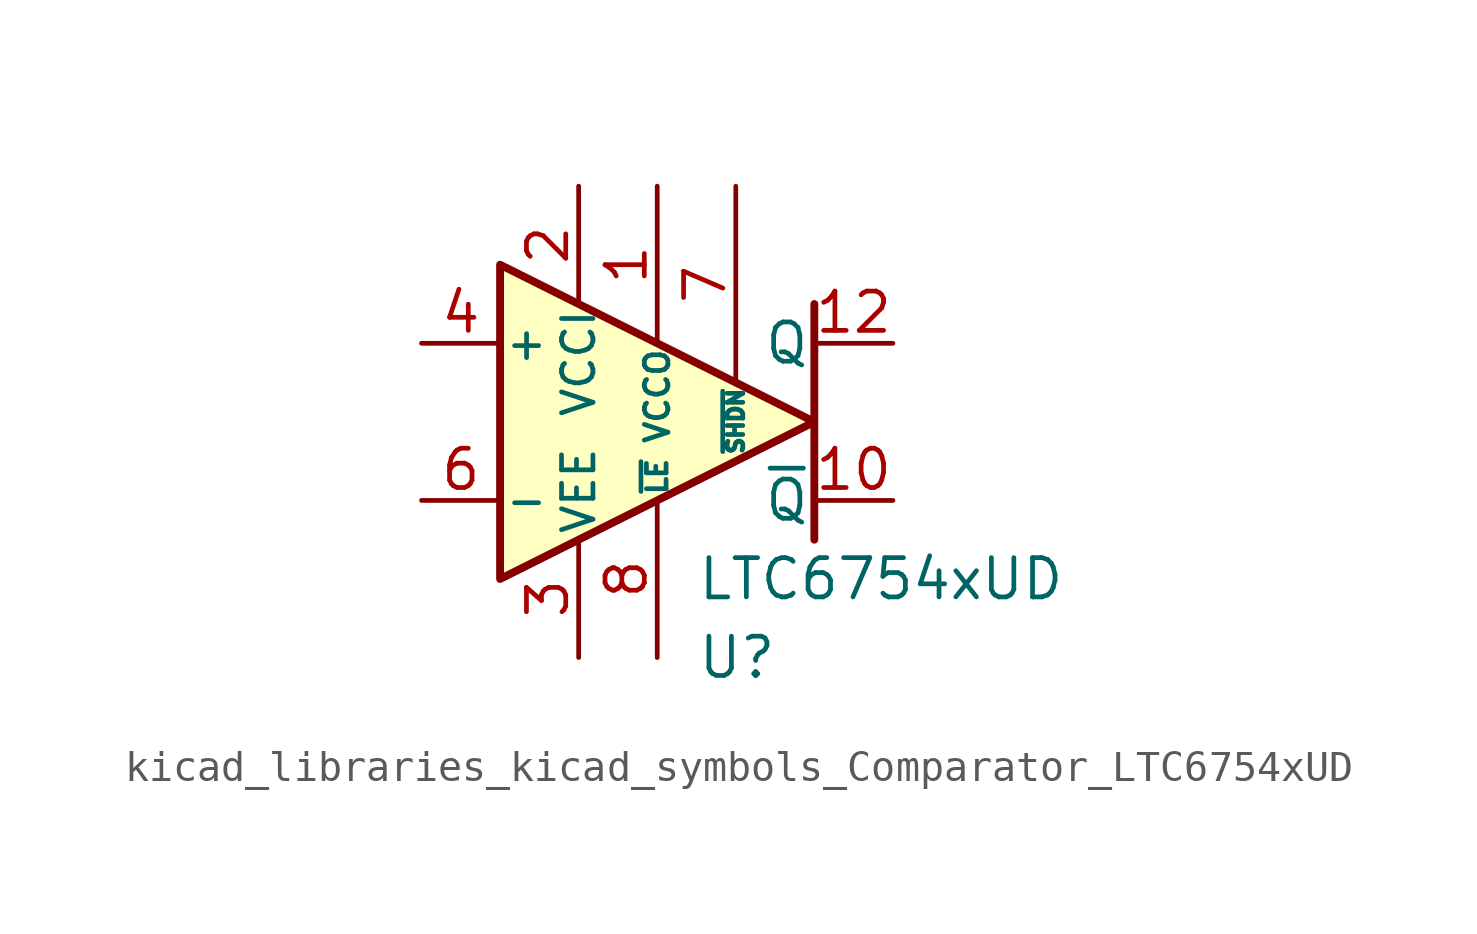
<source format=kicad_sym>
(kicad_symbol_lib
  (version 20220914)
  (generator kicad_symbol_editor)
  (symbol "kicad_libraries_kicad_symbols_Comparator_LTC6754xUD"
    (pin_names
      (offset 0.127))
    (property "Reference" "U"
      (at 1.27 -7.62 0)
      (effects (font (size 1.27 1.27)) (justify left)))
    (property "Value" "LTC6754xUD"
      (at 1.27 -5.08 0)
      (effects (font (size 1.27 1.27)) (justify left)))
    (symbol "kicad_libraries_kicad_symbols_Comparator_LTC6754xUD_0_1"
      (polyline (pts (xy 5.08 3.81) (xy 5.08 0) (xy -5.08 5.08) (xy -5.08 -5.08) (xy 5.08 0) (xy 5.08 -3.81)) (stroke (width 0.254) (type default)) (fill (type background))))
    (symbol "kicad_libraries_kicad_symbols_Comparator_LTC6754xUD_1_1"
      (pin power_in line (at 0 7.62 270) (length 5.08) (name "VCCO" (effects (font (size 0.762 0.762)))) (number "1" (effects (font (size 1.27 1.27)))))
      (pin output line (at 7.62 -2.54 180) (length 2.54) (name "~{Q}" (effects (font (size 1.27 1.27)))) (number "10" (effects (font (size 1.27 1.27)))))
      (pin no_connect line (at 5.08 0 180) (length 2.54) hide (name "NC" (effects (font (size 1.27 1.27)))) (number "11" (effects (font (size 1.27 1.27)))))
      (pin output line (at 7.62 2.54 180) (length 2.54) (name "Q" (effects (font (size 1.27 1.27)))) (number "12" (effects (font (size 1.27 1.27)))))
      (pin passive line (at -2.54 -7.62 90) (length 3.81) hide (name "VEE" (effects (font (size 1.016 1.016)))) (number "13" (effects (font (size 1.27 1.27)))))
      (pin power_in line (at -2.54 7.62 270) (length 3.81) (name "VCCI" (effects (font (size 1.016 1.016)))) (number "2" (effects (font (size 1.27 1.27)))))
      (pin power_in line (at -2.54 -7.62 90) (length 3.81) (name "VEE" (effects (font (size 1.016 1.016)))) (number "3" (effects (font (size 1.27 1.27)))))
      (pin input line (at -7.62 2.54 0) (length 2.54) (name "+" (effects (font (size 1.016 1.016)))) (number "4" (effects (font (size 1.27 1.27)))))
      (pin no_connect line (at -5.08 0 0) (length 2.54) hide (name "NC" (effects (font (size 1.27 1.27)))) (number "5" (effects (font (size 1.27 1.27)))))
      (pin input line (at -7.62 -2.54 0) (length 2.54) (name "-" (effects (font (size 1.016 1.016)))) (number "6" (effects (font (size 1.27 1.27)))))
      (pin input line (at 2.54 7.62 270) (length 6.35) (name "~{SHDN}" (effects (font (size 0.508 0.508)))) (number "7" (effects (font (size 1.27 1.27)))))
      (pin input line (at 0 -7.62 90) (length 5.08) (name "~{LE}" (effects (font (size 0.635 0.635)))) (number "8" (effects (font (size 1.27 1.27)))))
      (pin passive line (at -2.54 -7.62 90) (length 3.81) hide (name "VEE" (effects (font (size 1.016 1.016)))) (number "9" (effects (font (size 1.27 1.27))))))))
</source>
